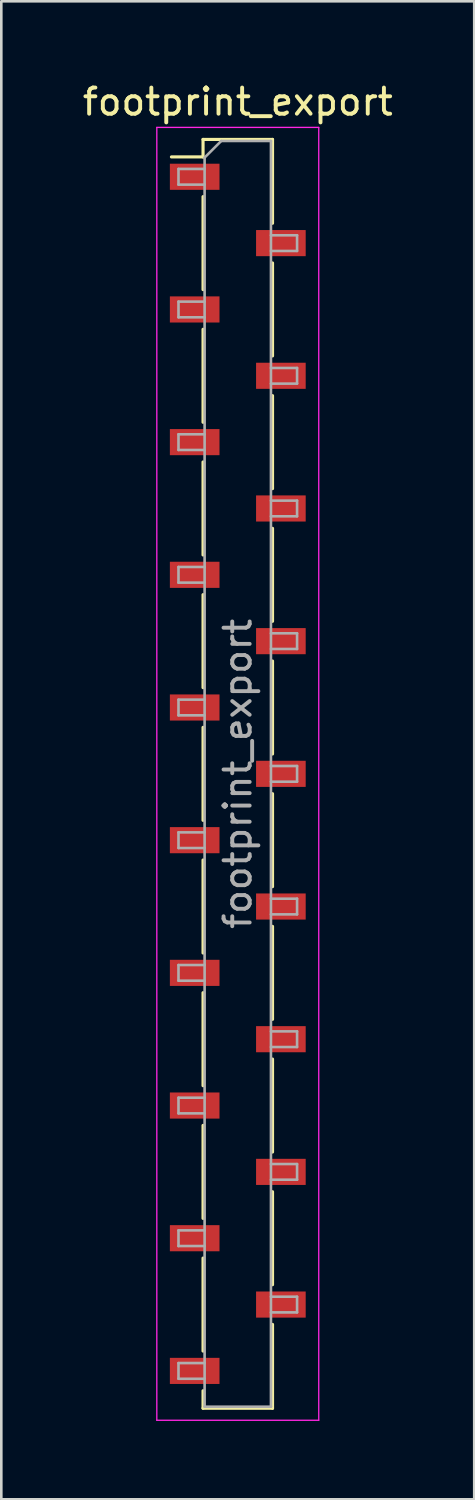
<source format=kicad_pcb>
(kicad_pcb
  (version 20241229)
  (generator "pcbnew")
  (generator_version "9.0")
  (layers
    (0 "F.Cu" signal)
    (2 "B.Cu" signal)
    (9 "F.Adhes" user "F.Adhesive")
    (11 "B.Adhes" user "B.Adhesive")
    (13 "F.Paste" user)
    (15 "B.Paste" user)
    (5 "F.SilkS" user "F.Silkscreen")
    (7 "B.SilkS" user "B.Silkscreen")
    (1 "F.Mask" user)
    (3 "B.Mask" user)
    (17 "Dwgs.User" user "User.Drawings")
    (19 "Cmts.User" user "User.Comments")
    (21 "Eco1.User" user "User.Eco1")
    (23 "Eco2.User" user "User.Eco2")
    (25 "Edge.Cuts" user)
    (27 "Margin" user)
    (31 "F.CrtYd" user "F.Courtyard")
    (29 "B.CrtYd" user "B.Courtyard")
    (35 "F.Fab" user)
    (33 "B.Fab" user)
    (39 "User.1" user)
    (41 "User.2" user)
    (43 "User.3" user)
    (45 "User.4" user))
  (footprint "footprint_export"
    (layer "F.Cu")
    (at 6.054 26.578)
    (property "Reference" "footprint_export" (at 0 -25.73 0) (layer "F.SilkS") (effects (font (size 1 1) (thickness 0.15))))
    (attr smd)
    (fp_line (start -2.54 -23.62) (end -1.33 -23.62) (stroke (width 0.12) (type solid)) (layer "F.SilkS"))
    (fp_line (start -1.33 -24.29) (end -1.33 -23.62) (stroke (width 0.12) (type solid)) (layer "F.SilkS"))
    (fp_line (start -1.33 -24.29) (end 1.33 -24.29) (stroke (width 0.12) (type solid)) (layer "F.SilkS"))
    (fp_line (start -1.33 -22.1) (end -1.33 -18.54) (stroke (width 0.12) (type solid)) (layer "F.SilkS"))
    (fp_line (start -1.33 -17.02) (end -1.33 -13.46) (stroke (width 0.12) (type solid)) (layer "F.SilkS"))
    (fp_line (start -1.33 -11.94) (end -1.33 -8.38) (stroke (width 0.12) (type solid)) (layer "F.SilkS"))
    (fp_line (start -1.33 -6.86) (end -1.33 -3.3) (stroke (width 0.12) (type solid)) (layer "F.SilkS"))
    (fp_line (start -1.33 -1.78) (end -1.33 1.78) (stroke (width 0.12) (type solid)) (layer "F.SilkS"))
    (fp_line (start -1.33 3.3) (end -1.33 6.86) (stroke (width 0.12) (type solid)) (layer "F.SilkS"))
    (fp_line (start -1.33 8.38) (end -1.33 11.94) (stroke (width 0.12) (type solid)) (layer "F.SilkS"))
    (fp_line (start -1.33 13.46) (end -1.33 17.02) (stroke (width 0.12) (type solid)) (layer "F.SilkS"))
    (fp_line (start -1.33 18.54) (end -1.33 22.1) (stroke (width 0.12) (type solid)) (layer "F.SilkS"))
    (fp_line (start -1.33 23.62) (end -1.33 24.29) (stroke (width 0.12) (type solid)) (layer "F.SilkS"))
    (fp_line (start -1.33 24.29) (end 1.33 24.29) (stroke (width 0.12) (type solid)) (layer "F.SilkS"))
    (fp_line (start 1.33 -24.29) (end 1.33 -21.08) (stroke (width 0.12) (type solid)) (layer "F.SilkS"))
    (fp_line (start 1.33 -19.56) (end 1.33 -16) (stroke (width 0.12) (type solid)) (layer "F.SilkS"))
    (fp_line (start 1.33 -14.48) (end 1.33 -10.92) (stroke (width 0.12) (type solid)) (layer "F.SilkS"))
    (fp_line (start 1.33 -9.4) (end 1.33 -5.84) (stroke (width 0.12) (type solid)) (layer "F.SilkS"))
    (fp_line (start 1.33 -4.32) (end 1.33 -0.76) (stroke (width 0.12) (type solid)) (layer "F.SilkS"))
    (fp_line (start 1.33 0.76) (end 1.33 4.32) (stroke (width 0.12) (type solid)) (layer "F.SilkS"))
    (fp_line (start 1.33 5.84) (end 1.33 9.4) (stroke (width 0.12) (type solid)) (layer "F.SilkS"))
    (fp_line (start 1.33 10.92) (end 1.33 14.48) (stroke (width 0.12) (type solid)) (layer "F.SilkS"))
    (fp_line (start 1.33 16) (end 1.33 19.56) (stroke (width 0.12) (type solid)) (layer "F.SilkS"))
    (fp_line (start 1.33 21.08) (end 1.33 24.29) (stroke (width 0.12) (type solid)) (layer "F.SilkS"))
    (fp_line (start -3.1 -24.75) (end 3.1 -24.75) (stroke (width 0.05) (type solid)) (layer "F.CrtYd"))
    (fp_line (start -3.1 24.75) (end -3.1 -24.75) (stroke (width 0.05) (type solid)) (layer "F.CrtYd"))
    (fp_line (start 3.1 -24.75) (end 3.1 24.75) (stroke (width 0.05) (type solid)) (layer "F.CrtYd"))
    (fp_line (start 3.1 24.75) (end -3.1 24.75) (stroke (width 0.05) (type solid)) (layer "F.CrtYd"))
    (fp_line (start -2.27 -23.16) (end -1.27 -23.16) (stroke (width 0.1) (type solid)) (layer "F.Fab"))
    (fp_line (start -2.27 -22.56) (end -2.27 -23.16) (stroke (width 0.1) (type solid)) (layer "F.Fab"))
    (fp_line (start -2.27 -18.08) (end -1.27 -18.08) (stroke (width 0.1) (type solid)) (layer "F.Fab"))
    (fp_line (start -2.27 -17.48) (end -2.27 -18.08) (stroke (width 0.1) (type solid)) (layer "F.Fab"))
    (fp_line (start -2.27 -13) (end -1.27 -13) (stroke (width 0.1) (type solid)) (layer "F.Fab"))
    (fp_line (start -2.27 -12.4) (end -2.27 -13) (stroke (width 0.1) (type solid)) (layer "F.Fab"))
    (fp_line (start -2.27 -7.92) (end -1.27 -7.92) (stroke (width 0.1) (type solid)) (layer "F.Fab"))
    (fp_line (start -2.27 -7.32) (end -2.27 -7.92) (stroke (width 0.1) (type solid)) (layer "F.Fab"))
    (fp_line (start -2.27 -2.84) (end -1.27 -2.84) (stroke (width 0.1) (type solid)) (layer "F.Fab"))
    (fp_line (start -2.27 -2.24) (end -2.27 -2.84) (stroke (width 0.1) (type solid)) (layer "F.Fab"))
    (fp_line (start -2.27 2.24) (end -1.27 2.24) (stroke (width 0.1) (type solid)) (layer "F.Fab"))
    (fp_line (start -2.27 2.84) (end -2.27 2.24) (stroke (width 0.1) (type solid)) (layer "F.Fab"))
    (fp_line (start -2.27 7.32) (end -1.27 7.32) (stroke (width 0.1) (type solid)) (layer "F.Fab"))
    (fp_line (start -2.27 7.92) (end -2.27 7.32) (stroke (width 0.1) (type solid)) (layer "F.Fab"))
    (fp_line (start -2.27 12.4) (end -1.27 12.4) (stroke (width 0.1) (type solid)) (layer "F.Fab"))
    (fp_line (start -2.27 13) (end -2.27 12.4) (stroke (width 0.1) (type solid)) (layer "F.Fab"))
    (fp_line (start -2.27 17.48) (end -1.27 17.48) (stroke (width 0.1) (type solid)) (layer "F.Fab"))
    (fp_line (start -2.27 18.08) (end -2.27 17.48) (stroke (width 0.1) (type solid)) (layer "F.Fab"))
    (fp_line (start -2.27 22.56) (end -1.27 22.56) (stroke (width 0.1) (type solid)) (layer "F.Fab"))
    (fp_line (start -2.27 23.16) (end -2.27 22.56) (stroke (width 0.1) (type solid)) (layer "F.Fab"))
    (fp_line (start -1.27 -23.595) (end -0.635 -24.23) (stroke (width 0.1) (type solid)) (layer "F.Fab"))
    (fp_line (start -1.27 -22.56) (end -2.27 -22.56) (stroke (width 0.1) (type solid)) (layer "F.Fab"))
    (fp_line (start -1.27 -17.48) (end -2.27 -17.48) (stroke (width 0.1) (type solid)) (layer "F.Fab"))
    (fp_line (start -1.27 -12.4) (end -2.27 -12.4) (stroke (width 0.1) (type solid)) (layer "F.Fab"))
    (fp_line (start -1.27 -7.32) (end -2.27 -7.32) (stroke (width 0.1) (type solid)) (layer "F.Fab"))
    (fp_line (start -1.27 -2.24) (end -2.27 -2.24) (stroke (width 0.1) (type solid)) (layer "F.Fab"))
    (fp_line (start -1.27 2.84) (end -2.27 2.84) (stroke (width 0.1) (type solid)) (layer "F.Fab"))
    (fp_line (start -1.27 7.92) (end -2.27 7.92) (stroke (width 0.1) (type solid)) (layer "F.Fab"))
    (fp_line (start -1.27 13) (end -2.27 13) (stroke (width 0.1) (type solid)) (layer "F.Fab"))
    (fp_line (start -1.27 18.08) (end -2.27 18.08) (stroke (width 0.1) (type solid)) (layer "F.Fab"))
    (fp_line (start -1.27 23.16) (end -2.27 23.16) (stroke (width 0.1) (type solid)) (layer "F.Fab"))
    (fp_line (start -1.27 24.23) (end -1.27 -23.595) (stroke (width 0.1) (type solid)) (layer "F.Fab"))
    (fp_line (start -0.635 -24.23) (end 1.27 -24.23) (stroke (width 0.1) (type solid)) (layer "F.Fab"))
    (fp_line (start 1.27 -24.23) (end 1.27 24.23) (stroke (width 0.1) (type solid)) (layer "F.Fab"))
    (fp_line (start 1.27 -20.62) (end 2.27 -20.62) (stroke (width 0.1) (type solid)) (layer "F.Fab"))
    (fp_line (start 1.27 -15.54) (end 2.27 -15.54) (stroke (width 0.1) (type solid)) (layer "F.Fab"))
    (fp_line (start 1.27 -10.46) (end 2.27 -10.46) (stroke (width 0.1) (type solid)) (layer "F.Fab"))
    (fp_line (start 1.27 -5.38) (end 2.27 -5.38) (stroke (width 0.1) (type solid)) (layer "F.Fab"))
    (fp_line (start 1.27 -0.3) (end 2.27 -0.3) (stroke (width 0.1) (type solid)) (layer "F.Fab"))
    (fp_line (start 1.27 4.78) (end 2.27 4.78) (stroke (width 0.1) (type solid)) (layer "F.Fab"))
    (fp_line (start 1.27 9.86) (end 2.27 9.86) (stroke (width 0.1) (type solid)) (layer "F.Fab"))
    (fp_line (start 1.27 14.94) (end 2.27 14.94) (stroke (width 0.1) (type solid)) (layer "F.Fab"))
    (fp_line (start 1.27 20.02) (end 2.27 20.02) (stroke (width 0.1) (type solid)) (layer "F.Fab"))
    (fp_line (start 1.27 24.23) (end -1.27 24.23) (stroke (width 0.1) (type solid)) (layer "F.Fab"))
    (fp_line (start 2.27 -20.62) (end 2.27 -20.02) (stroke (width 0.1) (type solid)) (layer "F.Fab"))
    (fp_line (start 2.27 -20.02) (end 1.27 -20.02) (stroke (width 0.1) (type solid)) (layer "F.Fab"))
    (fp_line (start 2.27 -15.54) (end 2.27 -14.94) (stroke (width 0.1) (type solid)) (layer "F.Fab"))
    (fp_line (start 2.27 -14.94) (end 1.27 -14.94) (stroke (width 0.1) (type solid)) (layer "F.Fab"))
    (fp_line (start 2.27 -10.46) (end 2.27 -9.86) (stroke (width 0.1) (type solid)) (layer "F.Fab"))
    (fp_line (start 2.27 -9.86) (end 1.27 -9.86) (stroke (width 0.1) (type solid)) (layer "F.Fab"))
    (fp_line (start 2.27 -5.38) (end 2.27 -4.78) (stroke (width 0.1) (type solid)) (layer "F.Fab"))
    (fp_line (start 2.27 -4.78) (end 1.27 -4.78) (stroke (width 0.1) (type solid)) (layer "F.Fab"))
    (fp_line (start 2.27 -0.3) (end 2.27 0.3) (stroke (width 0.1) (type solid)) (layer "F.Fab"))
    (fp_line (start 2.27 0.3) (end 1.27 0.3) (stroke (width 0.1) (type solid)) (layer "F.Fab"))
    (fp_line (start 2.27 4.78) (end 2.27 5.38) (stroke (width 0.1) (type solid)) (layer "F.Fab"))
    (fp_line (start 2.27 5.38) (end 1.27 5.38) (stroke (width 0.1) (type solid)) (layer "F.Fab"))
    (fp_line (start 2.27 9.86) (end 2.27 10.46) (stroke (width 0.1) (type solid)) (layer "F.Fab"))
    (fp_line (start 2.27 10.46) (end 1.27 10.46) (stroke (width 0.1) (type solid)) (layer "F.Fab"))
    (fp_line (start 2.27 14.94) (end 2.27 15.54) (stroke (width 0.1) (type solid)) (layer "F.Fab"))
    (fp_line (start 2.27 15.54) (end 1.27 15.54) (stroke (width 0.1) (type solid)) (layer "F.Fab"))
    (fp_line (start 2.27 20.02) (end 2.27 20.62) (stroke (width 0.1) (type solid)) (layer "F.Fab"))
    (fp_line (start 2.27 20.62) (end 1.27 20.62) (stroke (width 0.1) (type solid)) (layer "F.Fab"))
    (fp_text user "${REFERENCE}" (at 0 0 90) (layer "F.Fab") (effects (font (size 1 1) (thickness 0.15))))
    (pad "1" smd rect (at -1.65 -22.86) (size 1.9 1) (layers "F.Cu" "F.Mask" "F.Paste"))
    (pad "2" smd rect (at 1.65 -20.32) (size 1.9 1) (layers "F.Cu" "F.Mask" "F.Paste"))
    (pad "3" smd rect (at -1.65 -17.78) (size 1.9 1) (layers "F.Cu" "F.Mask" "F.Paste"))
    (pad "4" smd rect (at 1.65 -15.24) (size 1.9 1) (layers "F.Cu" "F.Mask" "F.Paste"))
    (pad "5" smd rect (at -1.65 -12.7) (size 1.9 1) (layers "F.Cu" "F.Mask" "F.Paste"))
    (pad "6" smd rect (at 1.65 -10.16) (size 1.9 1) (layers "F.Cu" "F.Mask" "F.Paste"))
    (pad "7" smd rect (at -1.65 -7.62) (size 1.9 1) (layers "F.Cu" "F.Mask" "F.Paste"))
    (pad "8" smd rect (at 1.65 -5.08) (size 1.9 1) (layers "F.Cu" "F.Mask" "F.Paste"))
    (pad "9" smd rect (at -1.65 -2.54) (size 1.9 1) (layers "F.Cu" "F.Mask" "F.Paste"))
    (pad "10" smd rect (at 1.65 0) (size 1.9 1) (layers "F.Cu" "F.Mask" "F.Paste"))
    (pad "11" smd rect (at -1.65 2.54) (size 1.9 1) (layers "F.Cu" "F.Mask" "F.Paste"))
    (pad "12" smd rect (at 1.65 5.08) (size 1.9 1) (layers "F.Cu" "F.Mask" "F.Paste"))
    (pad "13" smd rect (at -1.65 7.62) (size 1.9 1) (layers "F.Cu" "F.Mask" "F.Paste"))
    (pad "14" smd rect (at 1.65 10.16) (size 1.9 1) (layers "F.Cu" "F.Mask" "F.Paste"))
    (pad "15" smd rect (at -1.65 12.7) (size 1.9 1) (layers "F.Cu" "F.Mask" "F.Paste"))
    (pad "16" smd rect (at 1.65 15.24) (size 1.9 1) (layers "F.Cu" "F.Mask" "F.Paste"))
    (pad "17" smd rect (at -1.65 17.78) (size 1.9 1) (layers "F.Cu" "F.Mask" "F.Paste"))
    (pad "18" smd rect (at 1.65 20.32) (size 1.9 1) (layers "F.Cu" "F.Mask" "F.Paste"))
    (pad "19" smd rect (at -1.65 22.86) (size 1.9 1) (layers "F.Cu" "F.Mask" "F.Paste")))
  (gr_rect
    (start -3 -3)
    (end 15.107 54.353)
    (stroke (width 0.1) (type default))
    (fill no)
    (layer "Edge.Cuts")))
</source>
